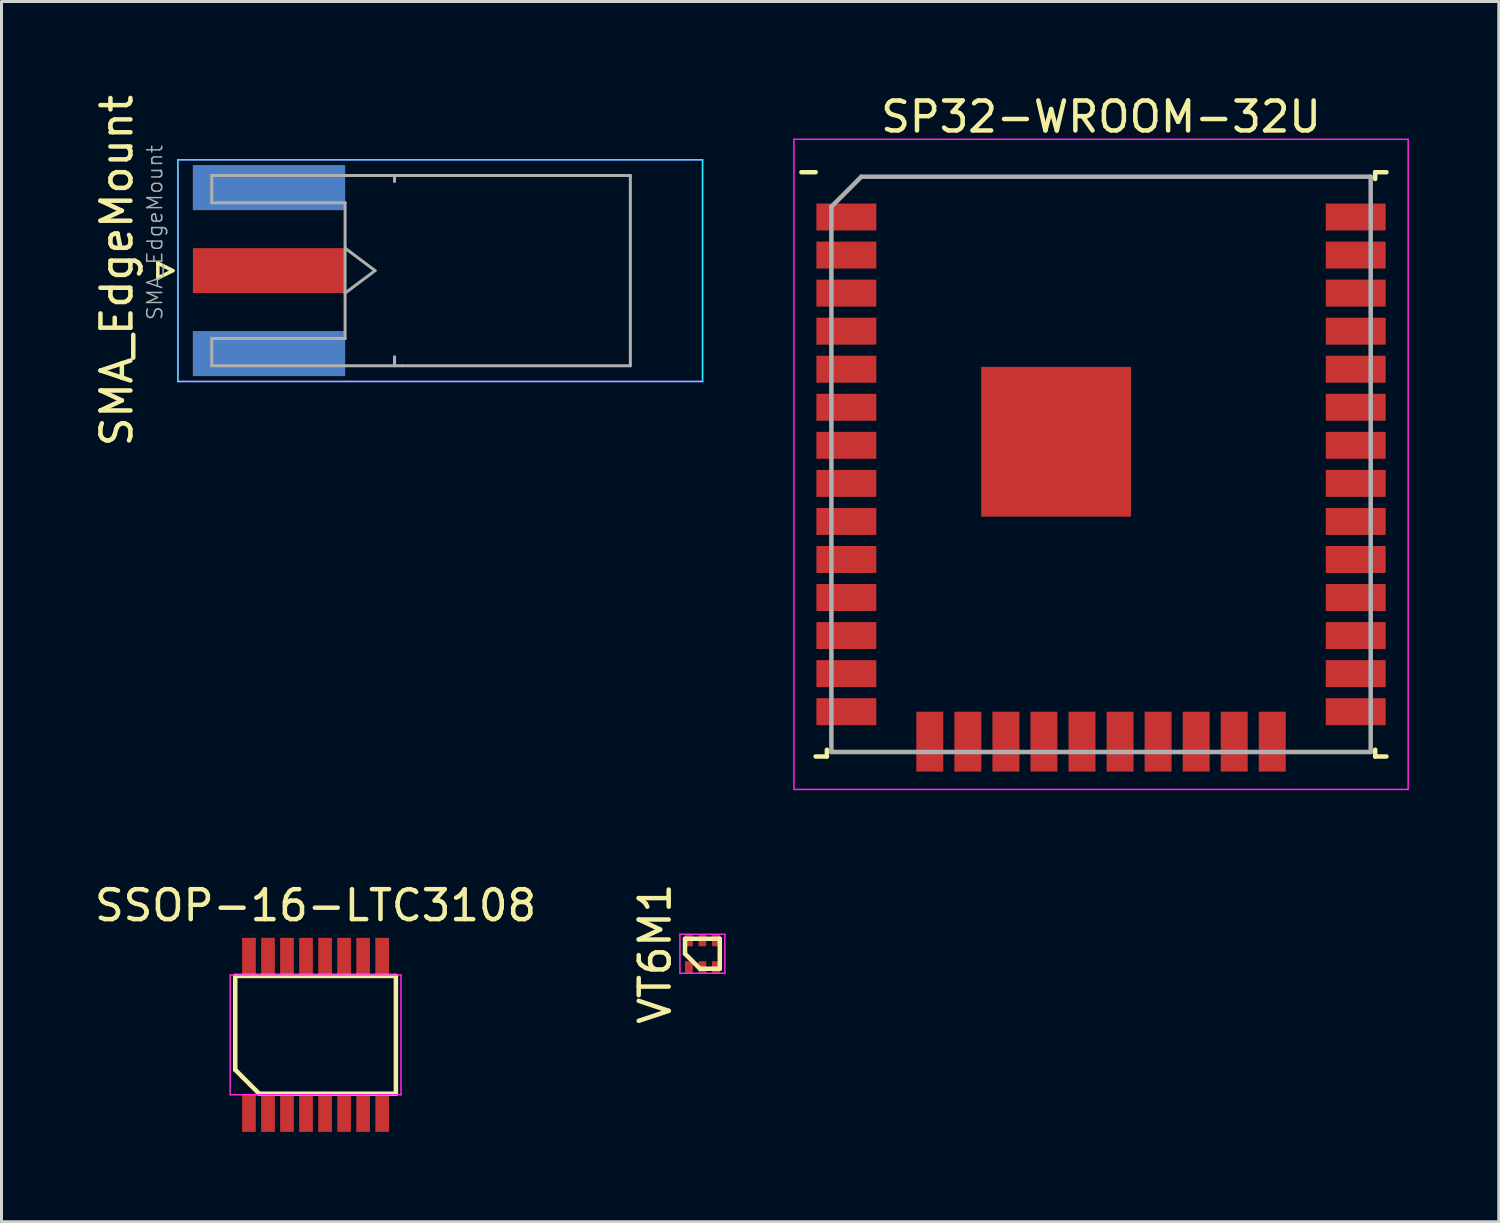
<source format=kicad_pcb>
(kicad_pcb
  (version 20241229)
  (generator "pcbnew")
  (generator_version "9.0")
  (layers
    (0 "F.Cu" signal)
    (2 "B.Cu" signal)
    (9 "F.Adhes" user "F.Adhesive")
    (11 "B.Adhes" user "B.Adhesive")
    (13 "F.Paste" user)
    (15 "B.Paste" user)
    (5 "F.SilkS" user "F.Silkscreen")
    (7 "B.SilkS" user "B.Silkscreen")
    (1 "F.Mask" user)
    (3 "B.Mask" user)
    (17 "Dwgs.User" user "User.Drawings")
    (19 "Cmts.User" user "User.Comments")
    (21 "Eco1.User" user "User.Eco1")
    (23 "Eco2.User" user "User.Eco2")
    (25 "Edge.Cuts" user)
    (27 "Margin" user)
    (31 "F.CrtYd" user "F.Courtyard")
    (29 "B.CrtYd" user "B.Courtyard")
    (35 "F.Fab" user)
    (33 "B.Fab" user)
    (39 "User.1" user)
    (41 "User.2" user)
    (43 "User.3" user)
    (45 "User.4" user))
  (footprint "SSOP-16-LTC3108"
    (layer "F.Cu")
    (at 7.482 31.489)
    (property "Reference" "SSOP-16-LTC3108" (at 0 -4.318 0) (layer "F.SilkS") (effects (font (size 1 1) (thickness 0.15))))
    (attr smd)
    (fp_line (start -2.681 -1.965) (end 2.681 -1.965) (stroke (width 0.15) (type solid)) (layer "F.SilkS"))
    (fp_line (start -2.681 1.165) (end -2.681 -1.965) (stroke (width 0.15) (type solid)) (layer "F.SilkS"))
    (fp_line (start -1.881 1.965) (end -2.681 1.165) (stroke (width 0.15) (type solid)) (layer "F.SilkS"))
    (fp_line (start 2.681 -1.965) (end 2.681 1.965) (stroke (width 0.15) (type solid)) (layer "F.SilkS"))
    (fp_line (start 2.681 1.965) (end -1.881 1.965) (stroke (width 0.15) (type solid)) (layer "F.SilkS"))
    (fp_line (start -2.85 -2) (end 2.85 -2) (stroke (width 0.05) (type solid)) (layer "F.CrtYd"))
    (fp_line (start -2.85 2) (end -2.85 -2) (stroke (width 0.05) (type solid)) (layer "F.CrtYd"))
    (fp_line (start 2.85 -2) (end 2.85 2) (stroke (width 0.05) (type solid)) (layer "F.CrtYd"))
    (fp_line (start 2.85 2) (end -2.85 2) (stroke (width 0.05) (type solid)) (layer "F.CrtYd"))
    (pad "1" smd rect (at -2.223 2.603) (size 0.457 1.27) (layers "F.Cu" "F.Mask" "F.Paste"))
    (pad "2" smd rect (at -1.587 2.603) (size 0.457 1.27) (layers "F.Cu" "F.Mask" "F.Paste"))
    (pad "3" smd rect (at -0.953 2.603) (size 0.457 1.27) (layers "F.Cu" "F.Mask" "F.Paste"))
    (pad "4" smd rect (at -0.318 2.603) (size 0.457 1.27) (layers "F.Cu" "F.Mask" "F.Paste"))
    (pad "5" smd rect (at 0.318 2.603) (size 0.457 1.27) (layers "F.Cu" "F.Mask" "F.Paste"))
    (pad "6" smd rect (at 0.953 2.603) (size 0.457 1.27) (layers "F.Cu" "F.Mask" "F.Paste"))
    (pad "7" smd rect (at 1.587 2.603) (size 0.457 1.27) (layers "F.Cu" "F.Mask" "F.Paste"))
    (pad "8" smd rect (at 2.223 2.603) (size 0.457 1.27) (layers "F.Cu" "F.Mask" "F.Paste"))
    (pad "9" smd rect (at 2.223 -2.603) (size 0.457 1.27) (layers "F.Cu" "F.Mask" "F.Paste"))
    (pad "10" smd rect (at 1.587 -2.603) (size 0.457 1.27) (layers "F.Cu" "F.Mask" "F.Paste"))
    (pad "11" smd rect (at 0.953 -2.603) (size 0.457 1.27) (layers "F.Cu" "F.Mask" "F.Paste"))
    (pad "12" smd rect (at 0.318 -2.603) (size 0.457 1.27) (layers "F.Cu" "F.Mask" "F.Paste"))
    (pad "13" smd rect (at -0.318 -2.603) (size 0.457 1.27) (layers "F.Cu" "F.Mask" "F.Paste"))
    (pad "14" smd rect (at -0.953 -2.603) (size 0.457 1.27) (layers "F.Cu" "F.Mask" "F.Paste"))
    (pad "15" smd rect (at -1.587 -2.603) (size 0.457 1.27) (layers "F.Cu" "F.Mask" "F.Paste"))
    (pad "16" smd rect (at -2.223 -2.603) (size 0.457 1.27) (layers "F.Cu" "F.Mask" "F.Paste")))
  (footprint "SP32-WROOM-32U"
    (layer "F.Cu")
    (at 33.698 12.448)
    (property "Reference" "SP32-WROOM-32U" (at 0 -11.6 0) (layer "F.SilkS") (effects (font (size 1 1) (thickness 0.15))))
    (attr smd)
    (fp_line (start -9.525 -9.75) (end -10 -9.75) (stroke (width 0.15) (type solid)) (layer "F.SilkS"))
    (fp_line (start -9.525 9.75) (end -9.15 9.75) (stroke (width 0.15) (type solid)) (layer "F.SilkS"))
    (fp_line (start -9.15 9.75) (end -9.15 9.525) (stroke (width 0.15) (type solid)) (layer "F.SilkS"))
    (fp_line (start 9.15 -9.75) (end 9.15 -9.525) (stroke (width 0.15) (type solid)) (layer "F.SilkS"))
    (fp_line (start 9.15 9.75) (end 9.15 9.525) (stroke (width 0.15) (type solid)) (layer "F.SilkS"))
    (fp_line (start 9.525 -9.75) (end 9.15 -9.75) (stroke (width 0.15) (type solid)) (layer "F.SilkS"))
    (fp_line (start 9.525 9.75) (end 9.15 9.75) (stroke (width 0.15) (type solid)) (layer "F.SilkS"))
    (fp_line (start -10.25 -10.85) (end 10.25 -10.85) (stroke (width 0.05) (type solid)) (layer "F.CrtYd"))
    (fp_line (start -10.25 10.85) (end -10.25 -10.85) (stroke (width 0.05) (type solid)) (layer "F.CrtYd"))
    (fp_line (start 10.25 -10.85) (end 10.25 10.85) (stroke (width 0.05) (type solid)) (layer "F.CrtYd"))
    (fp_line (start 10.25 10.85) (end -10.25 10.85) (stroke (width 0.05) (type solid)) (layer "F.CrtYd"))
    (fp_line (start -9 -8.6) (end -9 9.6) (stroke (width 0.15) (type solid)) (layer "F.Fab"))
    (fp_line (start -9 9.6) (end 9 9.6) (stroke (width 0.15) (type solid)) (layer "F.Fab"))
    (fp_line (start -8 -9.6) (end -9 -8.6) (stroke (width 0.15) (type solid)) (layer "F.Fab"))
    (fp_line (start 9 -9.6) (end -8 -9.6) (stroke (width 0.15) (type solid)) (layer "F.Fab"))
    (fp_line (start 9 9.6) (end 9 -9.6) (stroke (width 0.15) (type solid)) (layer "F.Fab"))
    (pad "1" smd rect (at -8.5 -8.255 90) (size 0.9 2) (layers "F.Cu" "F.Mask" "F.Paste"))
    (pad "2" smd rect (at -8.5 -6.985 90) (size 0.9 2) (layers "F.Cu" "F.Mask" "F.Paste"))
    (pad "3" smd rect (at -8.5 -5.715 90) (size 0.9 2) (layers "F.Cu" "F.Mask" "F.Paste"))
    (pad "4" smd rect (at -8.5 -4.445 90) (size 0.9 2) (layers "F.Cu" "F.Mask" "F.Paste"))
    (pad "5" smd rect (at -8.5 -3.175 90) (size 0.9 2) (layers "F.Cu" "F.Mask" "F.Paste"))
    (pad "6" smd rect (at -8.5 -1.905 90) (size 0.9 2) (layers "F.Cu" "F.Mask" "F.Paste"))
    (pad "7" smd rect (at -8.5 -0.635 90) (size 0.9 2) (layers "F.Cu" "F.Mask" "F.Paste"))
    (pad "8" smd rect (at -8.5 0.635 90) (size 0.9 2) (layers "F.Cu" "F.Mask" "F.Paste"))
    (pad "9" smd rect (at -8.5 1.905 90) (size 0.9 2) (layers "F.Cu" "F.Mask" "F.Paste"))
    (pad "10" smd rect (at -8.5 3.175 90) (size 0.9 2) (layers "F.Cu" "F.Mask" "F.Paste"))
    (pad "11" smd rect (at -8.5 4.445 90) (size 0.9 2) (layers "F.Cu" "F.Mask" "F.Paste"))
    (pad "12" smd rect (at -8.5 5.715 90) (size 0.9 2) (layers "F.Cu" "F.Mask" "F.Paste"))
    (pad "13" smd rect (at -8.5 6.985 90) (size 0.9 2) (layers "F.Cu" "F.Mask" "F.Paste"))
    (pad "14" smd rect (at -8.5 8.255 90) (size 0.9 2) (layers "F.Cu" "F.Mask" "F.Paste"))
    (pad "15" smd rect (at -5.715 9.255) (size 0.9 2) (layers "F.Cu" "F.Mask" "F.Paste"))
    (pad "16" smd rect (at -4.445 9.255) (size 0.9 2) (layers "F.Cu" "F.Mask" "F.Paste"))
    (pad "17" smd rect (at -3.175 9.255) (size 0.9 2) (layers "F.Cu" "F.Mask" "F.Paste"))
    (pad "18" smd rect (at -1.905 9.255) (size 0.9 2) (layers "F.Cu" "F.Mask" "F.Paste"))
    (pad "19" smd rect (at -0.635 9.255) (size 0.9 2) (layers "F.Cu" "F.Mask" "F.Paste"))
    (pad "20" smd rect (at 0.635 9.255) (size 0.9 2) (layers "F.Cu" "F.Mask" "F.Paste"))
    (pad "21" smd rect (at 1.905 9.255) (size 0.9 2) (layers "F.Cu" "F.Mask" "F.Paste"))
    (pad "22" smd rect (at 3.175 9.255) (size 0.9 2) (layers "F.Cu" "F.Mask" "F.Paste"))
    (pad "23" smd rect (at 4.445 9.255) (size 0.9 2) (layers "F.Cu" "F.Mask" "F.Paste"))
    (pad "24" smd rect (at 5.715 9.255) (size 0.9 2) (layers "F.Cu" "F.Mask" "F.Paste"))
    (pad "25" smd rect (at 8.5 8.255 90) (size 0.9 2) (layers "F.Cu" "F.Mask" "F.Paste"))
    (pad "26" smd rect (at 8.5 6.985 90) (size 0.9 2) (layers "F.Cu" "F.Mask" "F.Paste"))
    (pad "27" smd rect (at 8.5 5.715 90) (size 0.9 2) (layers "F.Cu" "F.Mask" "F.Paste"))
    (pad "28" smd rect (at 8.5 4.445 90) (size 0.9 2) (layers "F.Cu" "F.Mask" "F.Paste"))
    (pad "29" smd rect (at 8.5 3.175 90) (size 0.9 2) (layers "F.Cu" "F.Mask" "F.Paste"))
    (pad "30" smd rect (at 8.5 1.905 90) (size 0.9 2) (layers "F.Cu" "F.Mask" "F.Paste"))
    (pad "31" smd rect (at 8.5 0.635 90) (size 0.9 2) (layers "F.Cu" "F.Mask" "F.Paste"))
    (pad "32" smd rect (at 8.5 -0.635 90) (size 0.9 2) (layers "F.Cu" "F.Mask" "F.Paste"))
    (pad "33" smd rect (at 8.5 -1.905 90) (size 0.9 2) (layers "F.Cu" "F.Mask" "F.Paste"))
    (pad "34" smd rect (at 8.5 -3.175 90) (size 0.9 2) (layers "F.Cu" "F.Mask" "F.Paste"))
    (pad "35" smd rect (at 8.5 -4.445 90) (size 0.9 2) (layers "F.Cu" "F.Mask" "F.Paste"))
    (pad "36" smd rect (at 8.5 -5.715 90) (size 0.9 2) (layers "F.Cu" "F.Mask" "F.Paste"))
    (pad "37" smd rect (at 8.5 -6.985 90) (size 0.9 2) (layers "F.Cu" "F.Mask" "F.Paste"))
    (pad "38" smd rect (at 8.5 -8.255 90) (size 0.9 2) (layers "F.Cu" "F.Mask" "F.Paste"))
    (pad "39" smd rect (at -1.5 -0.755) (size 5 5) (layers "F.Cu" "F.Mask" "F.Paste")))
  (footprint "VT6M1"
    (layer "F.Cu")
    (at 20.393 28.782)
    (property "Reference" "VT6M1" (at -1.58 0 90) (layer "F.SilkS") (effects (font (size 1 1) (thickness 0.15))))
    (attr smd)
    (fp_line (start -0.58 -0.5) (end 0.58 -0.5) (stroke (width 0.15) (type solid)) (layer "F.SilkS"))
    (fp_line (start -0.58 0) (end -0.58 -0.5) (stroke (width 0.15) (type solid)) (layer "F.SilkS"))
    (fp_line (start -0.08 0.5) (end -0.58 0) (stroke (width 0.15) (type solid)) (layer "F.SilkS"))
    (fp_line (start 0.58 -0.5) (end 0.58 0.5) (stroke (width 0.15) (type solid)) (layer "F.SilkS"))
    (fp_line (start 0.58 0.5) (end -0.08 0.5) (stroke (width 0.15) (type solid)) (layer "F.SilkS"))
    (fp_line (start -0.75 -0.65) (end 0.75 -0.65) (stroke (width 0.05) (type solid)) (layer "F.CrtYd"))
    (fp_line (start -0.75 0.65) (end -0.75 -0.65) (stroke (width 0.05) (type solid)) (layer "F.CrtYd"))
    (fp_line (start 0.75 -0.65) (end 0.75 0.65) (stroke (width 0.05) (type solid)) (layer "F.CrtYd"))
    (fp_line (start 0.75 0.65) (end -0.75 0.65) (stroke (width 0.05) (type solid)) (layer "F.CrtYd"))
    (pad "1" smd rect (at -0.45 0.45) (size 0.26 0.4) (layers "F.Cu" "F.Mask" "F.Paste"))
    (pad "2" smd rect (at 0 0.45) (size 0.26 0.4) (layers "F.Cu" "F.Mask" "F.Paste"))
    (pad "3" smd rect (at 0.45 0.45) (size 0.26 0.4) (layers "F.Cu" "F.Mask" "F.Paste"))
    (pad "4" smd rect (at 0.45 -0.45) (size 0.26 0.4) (layers "F.Cu" "F.Mask" "F.Paste"))
    (pad "5" smd rect (at 0 -0.45) (size 0.26 0.4) (layers "F.Cu" "F.Mask" "F.Paste"))
    (pad "6" smd rect (at -0.45 -0.45) (size 0.26 0.4) (layers "F.Cu" "F.Mask" "F.Paste")))
  (footprint "SMA_EdgeMount"
    (layer "F.Cu")
    (at 5.928 5.982)
    (property "Reference" "SMA_EdgeMount" (at -5.08 0 90) (layer "F.SilkS") (effects (font (size 1 1) (thickness 0.15))))
    (attr smd)
    (fp_line (start -3.71 -0.25) (end -3.71 0.25) (stroke (width 0.12) (type solid)) (layer "F.SilkS"))
    (fp_line (start -3.71 0.25) (end -3.21 0) (stroke (width 0.12) (type solid)) (layer "F.SilkS"))
    (fp_line (start -3.21 0) (end -3.71 -0.25) (stroke (width 0.12) (type solid)) (layer "F.SilkS"))
    (fp_line (start -3.04 3.7) (end -3.04 -3.7) (stroke (width 0.05) (type solid)) (layer "B.CrtYd"))
    (fp_line (start 14.47 -3.7) (end -3.04 -3.7) (stroke (width 0.05) (type solid)) (layer "B.CrtYd"))
    (fp_line (start 14.47 -3.7) (end 14.47 3.7) (stroke (width 0.05) (type solid)) (layer "B.CrtYd"))
    (fp_line (start 14.47 3.7) (end -3.04 3.7) (stroke (width 0.05) (type solid)) (layer "B.CrtYd"))
    (fp_line (start -3.04 3.7) (end -3.04 -3.7) (stroke (width 0.05) (type solid)) (layer "F.CrtYd"))
    (fp_line (start 14.47 -3.7) (end -3.04 -3.7) (stroke (width 0.05) (type solid)) (layer "F.CrtYd"))
    (fp_line (start 14.47 -3.7) (end 14.47 3.7) (stroke (width 0.05) (type solid)) (layer "F.CrtYd"))
    (fp_line (start 14.47 3.7) (end -3.04 3.7) (stroke (width 0.05) (type solid)) (layer "F.CrtYd"))
    (fp_line (start -1.91 -3.175) (end -1.91 -2.265) (stroke (width 0.1) (type solid)) (layer "F.Fab"))
    (fp_line (start -1.91 -3.175) (end 4.445 -3.175) (stroke (width 0.1) (type solid)) (layer "F.Fab"))
    (fp_line (start -1.91 -2.265) (end 2.54 -2.265) (stroke (width 0.1) (type solid)) (layer "F.Fab"))
    (fp_line (start -1.91 3.175) (end -1.91 2.265) (stroke (width 0.1) (type solid)) (layer "F.Fab"))
    (fp_line (start -1.91 3.175) (end 4.445 3.175) (stroke (width 0.1) (type solid)) (layer "F.Fab"))
    (fp_line (start 2.54 -2.265) (end 2.54 2.265) (stroke (width 0.1) (type solid)) (layer "F.Fab"))
    (fp_line (start 2.54 -0.75) (end 3.54 0) (stroke (width 0.1) (type solid)) (layer "F.Fab"))
    (fp_line (start 2.54 2.265) (end -1.91 2.265) (stroke (width 0.1) (type solid)) (layer "F.Fab"))
    (fp_line (start 3.54 0) (end 2.54 0.75) (stroke (width 0.1) (type solid)) (layer "F.Fab"))
    (fp_line (start 4.19 -3.175) (end 4.19 -2.975) (stroke (width 0.1) (type solid)) (layer "F.Fab"))
    (fp_line (start 4.19 -3.175) (end 12.06 -3.175) (stroke (width 0.1) (type solid)) (layer "F.Fab"))
    (fp_line (start 4.19 3.175) (end 4.19 2.875) (stroke (width 0.1) (type solid)) (layer "F.Fab"))
    (fp_line (start 12.06 -3.175) (end 12.06 3.175) (stroke (width 0.1) (type solid)) (layer "F.Fab"))
    (fp_line (start 12.06 3.175) (end 4.445 3.175) (stroke (width 0.1) (type solid)) (layer "F.Fab"))
    (fp_text user "${REFERENCE}" (at -3.81 -1.27 90) (layer "F.Fab") (effects (font (size 0.5 0.5) (thickness 0.05))))
    (pad "1" smd rect (at 0 0 90) (size 1.5 5.08) (layers "F.Cu" "F.Mask" "F.Paste"))
    (pad "2" smd rect (at 0 -2.77 90) (size 1.5 5.08) (layers "F.Cu" "F.Mask" "F.Paste"))
    (pad "2" smd rect (at 0 -2.77 90) (size 1.5 5.08) (layers "B.Cu" "B.Mask" "B.Paste"))
    (pad "2" smd rect (at 0 2.77 90) (size 1.5 5.08) (layers "F.Cu" "F.Mask" "F.Paste"))
    (pad "2" smd rect (at 0 2.77 90) (size 1.5 5.08) (layers "B.Cu" "B.Mask" "B.Paste")))
  (gr_rect
    (start -3 -3)
    (end 46.973 37.728)
    (stroke (width 0.1) (type default))
    (fill no)
    (layer "Edge.Cuts")))
</source>
